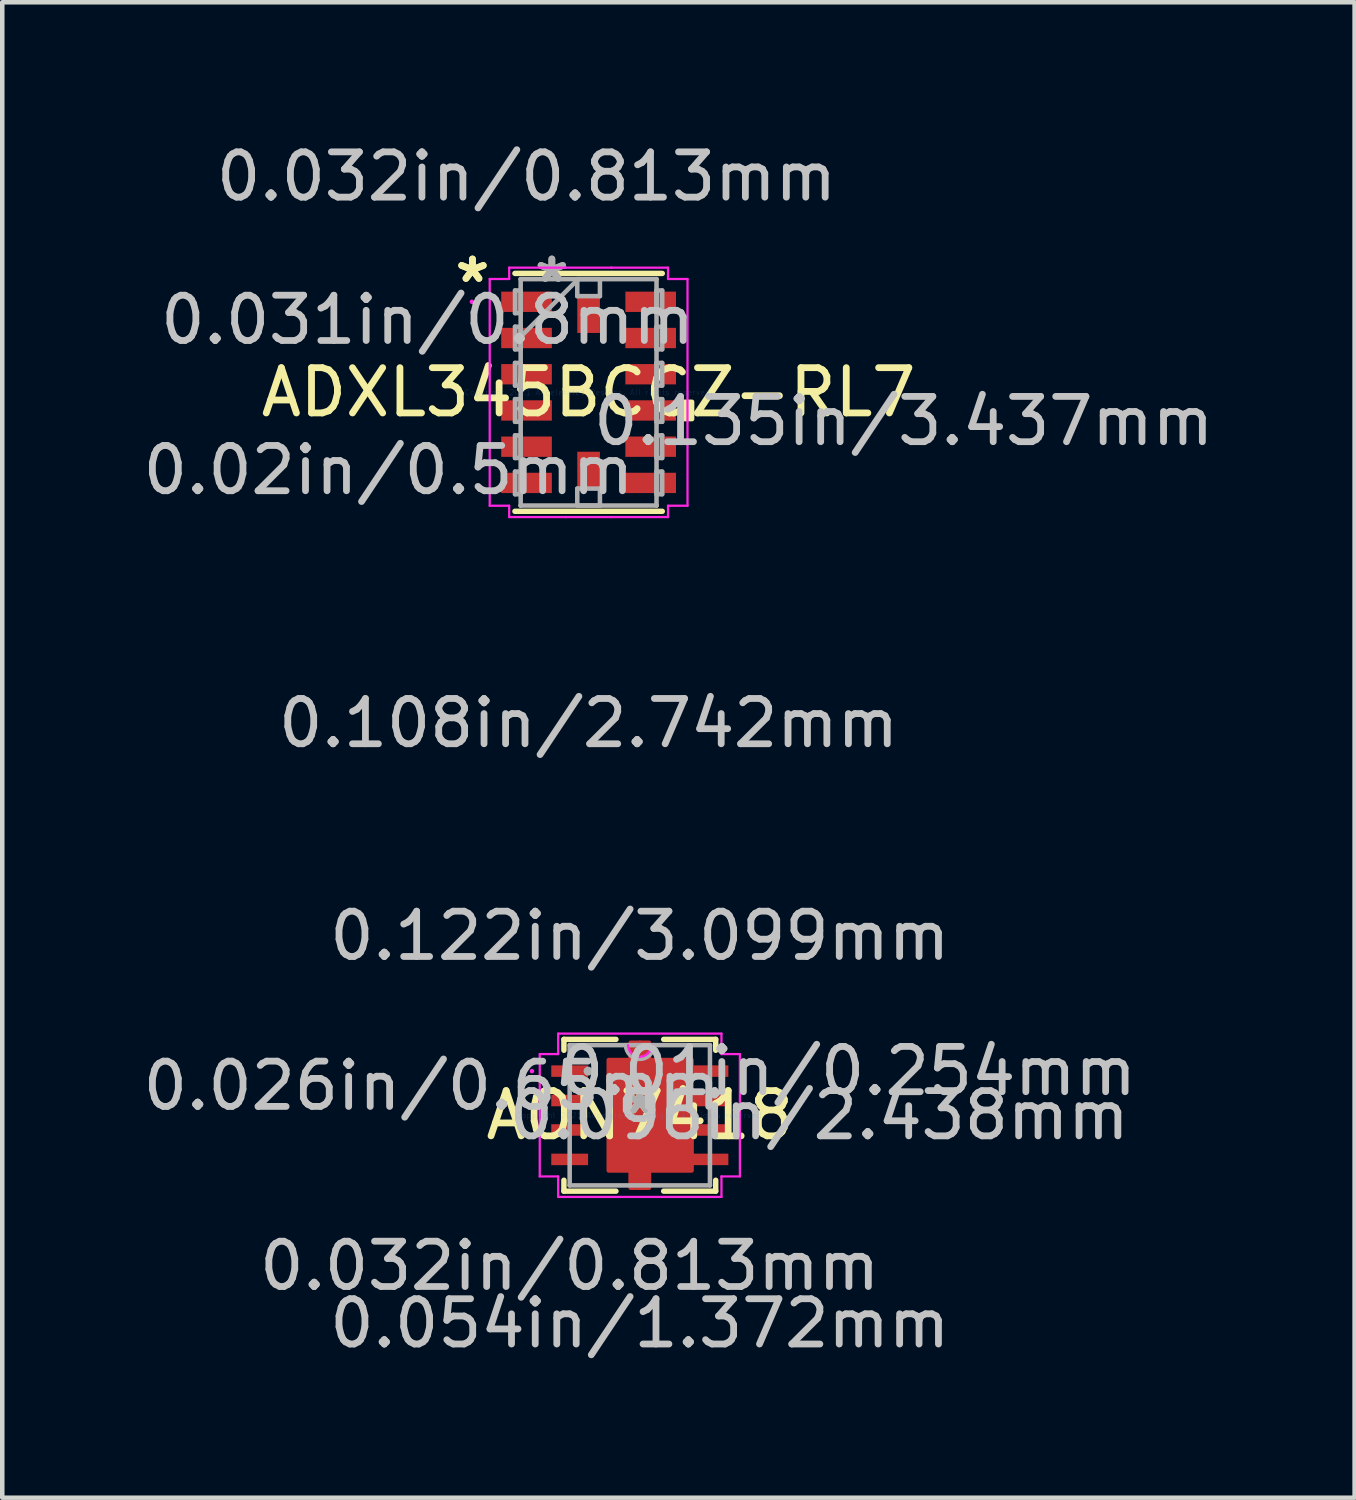
<source format=kicad_pcb>
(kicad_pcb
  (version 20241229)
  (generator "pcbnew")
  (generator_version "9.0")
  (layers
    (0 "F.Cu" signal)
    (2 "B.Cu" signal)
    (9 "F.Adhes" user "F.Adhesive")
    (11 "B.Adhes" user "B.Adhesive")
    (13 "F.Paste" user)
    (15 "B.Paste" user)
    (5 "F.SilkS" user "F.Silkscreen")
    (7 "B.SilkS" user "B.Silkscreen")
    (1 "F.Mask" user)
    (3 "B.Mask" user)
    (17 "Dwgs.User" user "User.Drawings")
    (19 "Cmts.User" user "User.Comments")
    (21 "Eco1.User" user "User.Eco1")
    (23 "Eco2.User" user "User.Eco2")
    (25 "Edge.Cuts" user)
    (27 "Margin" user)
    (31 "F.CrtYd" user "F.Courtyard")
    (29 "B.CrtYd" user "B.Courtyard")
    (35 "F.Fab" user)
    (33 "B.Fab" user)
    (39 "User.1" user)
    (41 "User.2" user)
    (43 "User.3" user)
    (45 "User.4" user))
  (footprint "AON7418"
    (layer "F.Cu")
    (at 11.08 21.58)
    (property "Reference" "AON7418" (at 0 0 0) (layer "F.SilkS") (effects (font (size 1 1) (thickness 0.15))))
    (attr through_hole)
    (fp_poly (pts (xy -0.686 -1.219) (xy 1.143 -1.219) (xy 1.143 1.219) (xy -0.686 1.219)) (stroke (width 0.1) (type solid)) (fill yes) (layer "F.Cu"))
    (fp_poly (pts (xy -0.203 -1.219) (xy -0.203 -1.6) (xy 0 -1.6) (xy 0 -1.219)) (stroke (width 0.1) (type solid)) (fill yes) (layer "F.Cu"))
    (fp_poly (pts (xy -0.203 1.219) (xy -0.203 1.6) (xy 0 1.6) (xy 0 1.219)) (stroke (width 0.1) (type solid)) (fill yes) (layer "F.Cu"))
    (fp_poly (pts (xy 0.203 -1.219) (xy 0.203 -1.6) (xy 0 -1.6) (xy 0 -1.219)) (stroke (width 0.1) (type solid)) (fill yes) (layer "F.Cu"))
    (fp_poly (pts (xy 0.203 1.219) (xy 0.203 1.6) (xy 0 1.6) (xy 0 1.219)) (stroke (width 0.1) (type solid)) (fill yes) (layer "F.Cu"))
    (fp_poly (pts (xy -0.686 -1.219) (xy 1.143 -1.219) (xy 1.143 1.219) (xy -0.686 1.219)) (stroke (width 0.1) (type solid)) (fill yes) (layer "F.Mask"))
    (fp_poly (pts (xy -0.203 -1.219) (xy -0.203 -1.6) (xy 0 -1.6) (xy 0 -1.219)) (stroke (width 0.1) (type solid)) (fill yes) (layer "F.Mask"))
    (fp_poly (pts (xy -0.203 1.219) (xy -0.203 1.6) (xy 0 1.6) (xy 0 1.219)) (stroke (width 0.1) (type solid)) (fill yes) (layer "F.Mask"))
    (fp_poly (pts (xy 0.203 -1.219) (xy 0.203 -1.6) (xy 0 -1.6) (xy 0 -1.219)) (stroke (width 0.1) (type solid)) (fill yes) (layer "F.Mask"))
    (fp_poly (pts (xy 0.203 1.219) (xy 0.203 1.6) (xy 0 1.6) (xy 0 1.219)) (stroke (width 0.1) (type solid)) (fill yes) (layer "F.Mask"))
    (fp_line (start -1.676 -1.676) (end -1.676 -1.435) (stroke (width 0.12) (type solid)) (layer "F.SilkS"))
    (fp_line (start -1.676 1.435) (end -1.676 1.676) (stroke (width 0.12) (type solid)) (layer "F.SilkS"))
    (fp_line (start -1.676 1.676) (end -0.527 1.676) (stroke (width 0.12) (type solid)) (layer "F.SilkS"))
    (fp_line (start -0.527 -1.676) (end -1.676 -1.676) (stroke (width 0.12) (type solid)) (layer "F.SilkS"))
    (fp_line (start 0.527 1.676) (end 1.676 1.676) (stroke (width 0.12) (type solid)) (layer "F.SilkS"))
    (fp_line (start 1.676 -1.676) (end 0.527 -1.676) (stroke (width 0.12) (type solid)) (layer "F.SilkS"))
    (fp_line (start 1.676 -1.435) (end 1.676 -1.676) (stroke (width 0.12) (type solid)) (layer "F.SilkS"))
    (fp_line (start 1.676 1.676) (end 1.676 1.435) (stroke (width 0.12) (type solid)) (layer "F.SilkS"))
    (fp_poly (pts (xy -0.686 -1.219) (xy 1.143 -1.219) (xy 1.143 1.219) (xy -0.686 1.219)) (stroke (width 0.1) (type solid)) (fill yes) (layer "F.Paste"))
    (fp_poly (pts (xy -0.203 -1.219) (xy -0.203 -1.6) (xy 0 -1.6) (xy 0 -1.219)) (stroke (width 0.1) (type solid)) (fill yes) (layer "F.Paste"))
    (fp_poly (pts (xy -0.203 1.219) (xy -0.203 1.6) (xy 0 1.6) (xy 0 1.219)) (stroke (width 0.1) (type solid)) (fill yes) (layer "F.Paste"))
    (fp_poly (pts (xy 0.203 -1.219) (xy 0.203 -1.6) (xy 0 -1.6) (xy 0 -1.219)) (stroke (width 0.1) (type solid)) (fill yes) (layer "F.Paste"))
    (fp_poly (pts (xy 0.203 1.219) (xy 0.203 1.6) (xy 0 1.6) (xy 0 1.219)) (stroke (width 0.1) (type solid)) (fill yes) (layer "F.Paste"))
    (fp_line (start -2.21 -1.351) (end -1.803 -1.351) (stroke (width 0.05) (type solid)) (layer "F.CrtYd"))
    (fp_line (start -2.21 1.351) (end -2.21 -1.351) (stroke (width 0.05) (type solid)) (layer "F.CrtYd"))
    (fp_line (start -1.803 -1.803) (end 1.803 -1.803) (stroke (width 0.05) (type solid)) (layer "F.CrtYd"))
    (fp_line (start -1.803 -1.351) (end -1.803 -1.803) (stroke (width 0.05) (type solid)) (layer "F.CrtYd"))
    (fp_line (start -1.803 1.351) (end -2.21 1.351) (stroke (width 0.05) (type solid)) (layer "F.CrtYd"))
    (fp_line (start -1.803 1.803) (end -1.803 1.351) (stroke (width 0.05) (type solid)) (layer "F.CrtYd"))
    (fp_line (start 1.803 -1.803) (end 1.803 -1.351) (stroke (width 0.05) (type solid)) (layer "F.CrtYd"))
    (fp_line (start 1.803 -1.351) (end 2.21 -1.351) (stroke (width 0.05) (type solid)) (layer "F.CrtYd"))
    (fp_line (start 1.803 1.351) (end 1.803 1.803) (stroke (width 0.05) (type solid)) (layer "F.CrtYd"))
    (fp_line (start 1.803 1.803) (end -1.803 1.803) (stroke (width 0.05) (type solid)) (layer "F.CrtYd"))
    (fp_line (start 2.21 -1.351) (end 2.21 1.351) (stroke (width 0.05) (type solid)) (layer "F.CrtYd"))
    (fp_line (start 2.21 1.351) (end 1.803 1.351) (stroke (width 0.05) (type solid)) (layer "F.CrtYd"))
    (fp_arc (start 0.258233 -1.5494) (mid 0 -1.291167) (end -0.258233 -1.5494) (stroke (width 0.05) (type solid)) (layer "F.CrtYd"))
    (fp_circle (center -2.382 -0.975) (end -2.382 -0.975) (stroke (width 0.05) (type solid)) (fill no) (layer "F.CrtYd"))
    (fp_line (start -1.549 -1.549) (end -1.549 1.549) (stroke (width 0.1) (type solid)) (layer "F.Fab"))
    (fp_line (start -1.549 1.549) (end 1.549 1.549) (stroke (width 0.1) (type solid)) (layer "F.Fab"))
    (fp_line (start 1.549 -1.549) (end -1.549 -1.549) (stroke (width 0.1) (type solid)) (layer "F.Fab"))
    (fp_line (start 1.549 1.549) (end 1.549 -1.549) (stroke (width 0.1) (type solid)) (layer "F.Fab"))
    (fp_arc (start 0.3048 -1.5494) (mid 0 -1.2446) (end -0.3048 -1.5494) (stroke (width 0.1) (type solid)) (layer "F.Fab"))
    (fp_circle (center -1.143 -0.975) (end -1.143 -0.975) (stroke (width 0.1) (type solid)) (fill no) (layer "F.Fab"))
    (fp_text user "*" (at 0 0 0) (layer "F.SilkS") (effects (font (size 1 1) (thickness 0.15))))
    (fp_text user "0.096in/2.438mm" (at 3.962 0 0) (layer "Dwgs.User") (effects (font (size 1 1) (thickness 0.15))))
    (fp_text user "0.054in/1.372mm" (at 0 4.597 0) (layer "Dwgs.User") (effects (font (size 1 1) (thickness 0.15))))
    (fp_text user "0.032in/0.813mm" (at -1.549 3.327 0) (layer "Dwgs.User") (effects (font (size 1 1) (thickness 0.15))))
    (fp_text user "0.01in/0.254mm" (at 4.597 -0.975 0) (layer "Dwgs.User") (effects (font (size 1 1) (thickness 0.15))))
    (fp_text user "0.026in/0.65mm" (at -4.597 -0.65 0) (layer "Dwgs.User") (effects (font (size 1 1) (thickness 0.15))))
    (fp_text user "0.122in/3.099mm" (at 0 -3.962 0) (layer "Dwgs.User") (effects (font (size 1 1) (thickness 0.15))))
    (fp_text user "Copyright 2021 Accelerated Designs. All rights reserved." (at 0 0 0) (layer "Cmts.User") (effects (font (size 0.127 0.127) (thickness 0.002))))
    (fp_text user "*" (at 0 0 0) (layer "F.Fab") (effects (font (size 1 1) (thickness 0.15))))
    (pad "1" smd rect (at -1.549 -0.975) (size 0.813 0.254) (layers "F.Cu" "F.Mask" "F.Paste"))
    (pad "2" smd rect (at -1.549 -0.325) (size 0.813 0.254) (layers "F.Cu" "F.Mask" "F.Paste"))
    (pad "3" smd rect (at -1.549 0.325) (size 0.813 0.254) (layers "F.Cu" "F.Mask" "F.Paste"))
    (pad "4" smd rect (at -1.549 0.975) (size 0.813 0.254) (layers "F.Cu" "F.Mask" "F.Paste"))
    (pad "5" smd rect (at 1.549 0.975) (size 0.813 0.254) (layers "F.Cu" "F.Mask" "F.Paste"))
    (pad "6" smd rect (at 1.549 0.325) (size 0.813 0.254) (layers "F.Cu" "F.Mask" "F.Paste"))
    (pad "7" smd rect (at 1.549 -0.325) (size 0.813 0.254) (layers "F.Cu" "F.Mask" "F.Paste"))
    (pad "8" smd rect (at 1.549 -0.975) (size 0.813 0.254) (layers "F.Cu" "F.Mask" "F.Paste"))
    (pad "9" smd rect (at 0 0) (size 0.025 0.025) (layers "F.Cu" "F.Mask" "F.Paste")))
  (footprint "ADXL345BCCZ-RL7"
    (layer "F.Cu")
    (at 9.949 5.615)
    (property "Reference" "ADXL345BCCZ-RL7" (at 0 0 0) (layer "F.SilkS") (effects (font (size 1 1) (thickness 0.15))))
    (attr through_hole)
    (fp_line (start -1.627 2.627) (end 1.627 2.627) (stroke (width 0.12) (type solid)) (layer "F.SilkS"))
    (fp_line (start 1.627 -2.627) (end -1.627 -2.627) (stroke (width 0.12) (type solid)) (layer "F.SilkS"))
    (fp_poly (pts (xy 2.285 0.209) (xy 2.285 0.59) (xy 2.031 0.59) (xy 2.031 0.209)) (stroke (width 0.1) (type solid)) (fill yes) (layer "F.SilkS"))
    (fp_line (start -2.184 -2.504) (end -1.754 -2.504) (stroke (width 0.05) (type solid)) (layer "F.CrtYd"))
    (fp_line (start -2.184 2.504) (end -2.184 -2.504) (stroke (width 0.05) (type solid)) (layer "F.CrtYd"))
    (fp_line (start -1.754 -2.754) (end -0.504 -2.754) (stroke (width 0.05) (type solid)) (layer "F.CrtYd"))
    (fp_line (start -1.754 -2.504) (end -1.754 -2.754) (stroke (width 0.05) (type solid)) (layer "F.CrtYd"))
    (fp_line (start -1.754 2.504) (end -2.184 2.504) (stroke (width 0.05) (type solid)) (layer "F.CrtYd"))
    (fp_line (start -1.754 2.754) (end -1.754 2.504) (stroke (width 0.05) (type solid)) (layer "F.CrtYd"))
    (fp_line (start -0.504 -2.754) (end -0.504 -2.754) (stroke (width 0.05) (type solid)) (layer "F.CrtYd"))
    (fp_line (start -0.504 -2.754) (end 0.504 -2.754) (stroke (width 0.05) (type solid)) (layer "F.CrtYd"))
    (fp_line (start -0.504 2.754) (end -1.754 2.754) (stroke (width 0.05) (type solid)) (layer "F.CrtYd"))
    (fp_line (start -0.504 2.754) (end -0.504 2.754) (stroke (width 0.05) (type solid)) (layer "F.CrtYd"))
    (fp_line (start 0.504 -2.754) (end 0.504 -2.754) (stroke (width 0.05) (type solid)) (layer "F.CrtYd"))
    (fp_line (start 0.504 -2.754) (end 1.754 -2.754) (stroke (width 0.05) (type solid)) (layer "F.CrtYd"))
    (fp_line (start 0.504 2.754) (end -0.504 2.754) (stroke (width 0.05) (type solid)) (layer "F.CrtYd"))
    (fp_line (start 0.504 2.754) (end 0.504 2.754) (stroke (width 0.05) (type solid)) (layer "F.CrtYd"))
    (fp_line (start 1.754 -2.754) (end 1.754 -2.504) (stroke (width 0.05) (type solid)) (layer "F.CrtYd"))
    (fp_line (start 1.754 -2.504) (end 2.184 -2.504) (stroke (width 0.05) (type solid)) (layer "F.CrtYd"))
    (fp_line (start 1.754 2.504) (end 1.754 2.754) (stroke (width 0.05) (type solid)) (layer "F.CrtYd"))
    (fp_line (start 1.754 2.754) (end 0.504 2.754) (stroke (width 0.05) (type solid)) (layer "F.CrtYd"))
    (fp_line (start 2.184 -2.504) (end 2.184 2.504) (stroke (width 0.05) (type solid)) (layer "F.CrtYd"))
    (fp_line (start 2.184 2.504) (end 1.754 2.504) (stroke (width 0.05) (type solid)) (layer "F.CrtYd"))
    (fp_circle (center -2.577 -2) (end -2.577 -2) (stroke (width 0.05) (type solid)) (fill no) (layer "F.CrtYd"))
    (fp_line (start -1.625 -2.25) (end -1.625 -1.75) (stroke (width 0.1) (type solid)) (layer "F.Fab"))
    (fp_line (start -1.625 -1.75) (end -1.5 -1.75) (stroke (width 0.1) (type solid)) (layer "F.Fab"))
    (fp_line (start -1.625 -1.45) (end -1.625 -0.95) (stroke (width 0.1) (type solid)) (layer "F.Fab"))
    (fp_line (start -1.625 -0.95) (end -1.5 -0.95) (stroke (width 0.1) (type solid)) (layer "F.Fab"))
    (fp_line (start -1.625 -0.65) (end -1.625 -0.15) (stroke (width 0.1) (type solid)) (layer "F.Fab"))
    (fp_line (start -1.625 -0.15) (end -1.5 -0.15) (stroke (width 0.1) (type solid)) (layer "F.Fab"))
    (fp_line (start -1.625 0.15) (end -1.625 0.65) (stroke (width 0.1) (type solid)) (layer "F.Fab"))
    (fp_line (start -1.625 0.65) (end -1.5 0.65) (stroke (width 0.1) (type solid)) (layer "F.Fab"))
    (fp_line (start -1.625 0.95) (end -1.625 1.45) (stroke (width 0.1) (type solid)) (layer "F.Fab"))
    (fp_line (start -1.625 1.45) (end -1.5 1.45) (stroke (width 0.1) (type solid)) (layer "F.Fab"))
    (fp_line (start -1.625 1.75) (end -1.625 2.25) (stroke (width 0.1) (type solid)) (layer "F.Fab"))
    (fp_line (start -1.625 2.25) (end -1.5 2.25) (stroke (width 0.1) (type solid)) (layer "F.Fab"))
    (fp_line (start -1.5 -2.5) (end -1.5 -2.5) (stroke (width 0.1) (type solid)) (layer "F.Fab"))
    (fp_line (start -1.5 -2.5) (end -1.5 2.5) (stroke (width 0.1) (type solid)) (layer "F.Fab"))
    (fp_line (start -1.5 -2.25) (end -1.625 -2.25) (stroke (width 0.1) (type solid)) (layer "F.Fab"))
    (fp_line (start -1.5 -1.75) (end -1.5 -2.25) (stroke (width 0.1) (type solid)) (layer "F.Fab"))
    (fp_line (start -1.5 -1.45) (end -1.625 -1.45) (stroke (width 0.1) (type solid)) (layer "F.Fab"))
    (fp_line (start -1.5 -1.23) (end -0.23 -2.5) (stroke (width 0.1) (type solid)) (layer "F.Fab"))
    (fp_line (start -1.5 -0.95) (end -1.5 -1.45) (stroke (width 0.1) (type solid)) (layer "F.Fab"))
    (fp_line (start -1.5 -0.65) (end -1.625 -0.65) (stroke (width 0.1) (type solid)) (layer "F.Fab"))
    (fp_line (start -1.5 -0.15) (end -1.5 -0.65) (stroke (width 0.1) (type solid)) (layer "F.Fab"))
    (fp_line (start -1.5 0.15) (end -1.625 0.15) (stroke (width 0.1) (type solid)) (layer "F.Fab"))
    (fp_line (start -1.5 0.65) (end -1.5 0.15) (stroke (width 0.1) (type solid)) (layer "F.Fab"))
    (fp_line (start -1.5 0.95) (end -1.625 0.95) (stroke (width 0.1) (type solid)) (layer "F.Fab"))
    (fp_line (start -1.5 1.45) (end -1.5 0.95) (stroke (width 0.1) (type solid)) (layer "F.Fab"))
    (fp_line (start -1.5 1.75) (end -1.625 1.75) (stroke (width 0.1) (type solid)) (layer "F.Fab"))
    (fp_line (start -1.5 2.25) (end -1.5 1.75) (stroke (width 0.1) (type solid)) (layer "F.Fab"))
    (fp_line (start -1.5 2.5) (end -1.5 2.5) (stroke (width 0.1) (type solid)) (layer "F.Fab"))
    (fp_line (start -1.5 2.5) (end 1.5 2.5) (stroke (width 0.1) (type solid)) (layer "F.Fab"))
    (fp_line (start -0.25 -2.5) (end 0.25 -2.5) (stroke (width 0.1) (type solid)) (layer "F.Fab"))
    (fp_line (start -0.25 -2.125) (end -0.25 -2.5) (stroke (width 0.1) (type solid)) (layer "F.Fab"))
    (fp_line (start -0.25 2.125) (end 0.25 2.125) (stroke (width 0.1) (type solid)) (layer "F.Fab"))
    (fp_line (start -0.25 2.5) (end -0.25 2.125) (stroke (width 0.1) (type solid)) (layer "F.Fab"))
    (fp_line (start 0.25 -2.5) (end 0.25 -2.125) (stroke (width 0.1) (type solid)) (layer "F.Fab"))
    (fp_line (start 0.25 -2.125) (end -0.25 -2.125) (stroke (width 0.1) (type solid)) (layer "F.Fab"))
    (fp_line (start 0.25 2.125) (end 0.25 2.5) (stroke (width 0.1) (type solid)) (layer "F.Fab"))
    (fp_line (start 0.25 2.5) (end -0.25 2.5) (stroke (width 0.1) (type solid)) (layer "F.Fab"))
    (fp_line (start 1.5 -2.5) (end -1.5 -2.5) (stroke (width 0.1) (type solid)) (layer "F.Fab"))
    (fp_line (start 1.5 -2.5) (end 1.5 -2.5) (stroke (width 0.1) (type solid)) (layer "F.Fab"))
    (fp_line (start 1.5 -2.25) (end 1.5 -1.75) (stroke (width 0.1) (type solid)) (layer "F.Fab"))
    (fp_line (start 1.5 -1.75) (end 1.625 -1.75) (stroke (width 0.1) (type solid)) (layer "F.Fab"))
    (fp_line (start 1.5 -1.45) (end 1.5 -0.95) (stroke (width 0.1) (type solid)) (layer "F.Fab"))
    (fp_line (start 1.5 -0.95) (end 1.625 -0.95) (stroke (width 0.1) (type solid)) (layer "F.Fab"))
    (fp_line (start 1.5 -0.65) (end 1.5 -0.15) (stroke (width 0.1) (type solid)) (layer "F.Fab"))
    (fp_line (start 1.5 -0.15) (end 1.625 -0.15) (stroke (width 0.1) (type solid)) (layer "F.Fab"))
    (fp_line (start 1.5 0.15) (end 1.5 0.65) (stroke (width 0.1) (type solid)) (layer "F.Fab"))
    (fp_line (start 1.5 0.65) (end 1.625 0.65) (stroke (width 0.1) (type solid)) (layer "F.Fab"))
    (fp_line (start 1.5 0.95) (end 1.5 1.45) (stroke (width 0.1) (type solid)) (layer "F.Fab"))
    (fp_line (start 1.5 1.45) (end 1.625 1.45) (stroke (width 0.1) (type solid)) (layer "F.Fab"))
    (fp_line (start 1.5 1.75) (end 1.5 2.25) (stroke (width 0.1) (type solid)) (layer "F.Fab"))
    (fp_line (start 1.5 2.25) (end 1.625 2.25) (stroke (width 0.1) (type solid)) (layer "F.Fab"))
    (fp_line (start 1.5 2.5) (end 1.5 -2.5) (stroke (width 0.1) (type solid)) (layer "F.Fab"))
    (fp_line (start 1.5 2.5) (end 1.5 2.5) (stroke (width 0.1) (type solid)) (layer "F.Fab"))
    (fp_line (start 1.625 -2.25) (end 1.5 -2.25) (stroke (width 0.1) (type solid)) (layer "F.Fab"))
    (fp_line (start 1.625 -1.75) (end 1.625 -2.25) (stroke (width 0.1) (type solid)) (layer "F.Fab"))
    (fp_line (start 1.625 -1.45) (end 1.5 -1.45) (stroke (width 0.1) (type solid)) (layer "F.Fab"))
    (fp_line (start 1.625 -0.95) (end 1.625 -1.45) (stroke (width 0.1) (type solid)) (layer "F.Fab"))
    (fp_line (start 1.625 -0.65) (end 1.5 -0.65) (stroke (width 0.1) (type solid)) (layer "F.Fab"))
    (fp_line (start 1.625 -0.15) (end 1.625 -0.65) (stroke (width 0.1) (type solid)) (layer "F.Fab"))
    (fp_line (start 1.625 0.15) (end 1.5 0.15) (stroke (width 0.1) (type solid)) (layer "F.Fab"))
    (fp_line (start 1.625 0.65) (end 1.625 0.15) (stroke (width 0.1) (type solid)) (layer "F.Fab"))
    (fp_line (start 1.625 0.95) (end 1.5 0.95) (stroke (width 0.1) (type solid)) (layer "F.Fab"))
    (fp_line (start 1.625 1.45) (end 1.625 0.95) (stroke (width 0.1) (type solid)) (layer "F.Fab"))
    (fp_line (start 1.625 1.75) (end 1.5 1.75) (stroke (width 0.1) (type solid)) (layer "F.Fab"))
    (fp_line (start 1.625 2.25) (end 1.625 1.75) (stroke (width 0.1) (type solid)) (layer "F.Fab"))
    (fp_text user "*" (at -2.565 -2.4 0) (layer "F.SilkS") (effects (font (size 1 1) (thickness 0.15))))
    (fp_text user "*" (at -2.565 -2.4 0) (layer "F.SilkS") (effects (font (size 1 1) (thickness 0.15))))
    (fp_text user "0.031in/0.8mm" (at -3.555 -1.6 0) (layer "Dwgs.User") (effects (font (size 1 1) (thickness 0.15))))
    (fp_text user "0.032in/0.813mm" (at -1.371 -4.766 0) (layer "Dwgs.User") (effects (font (size 1 1) (thickness 0.15))))
    (fp_text user "0.02in/0.5mm" (at -4.419 1.718 0) (layer "Dwgs.User") (effects (font (size 1 1) (thickness 0.15))))
    (fp_text user "0.135in/3.437mm" (at 6.959 0.635 0) (layer "Dwgs.User") (effects (font (size 1 1) (thickness 0.15))))
    (fp_text user "0.108in/2.742mm" (at 0 7.306 0) (layer "Dwgs.User") (effects (font (size 1 1) (thickness 0.15))))
    (fp_text user "Copyright 2021 Accelerated Designs. All rights reserved." (at 0 0 0) (layer "Cmts.User") (effects (font (size 0.127 0.127) (thickness 0.002))))
    (fp_text user "*" (at -0.812 -2.4 0) (layer "F.Fab") (effects (font (size 1 1) (thickness 0.15))))
    (fp_text user "*" (at -0.812 -2.4 0) (layer "F.Fab") (effects (font (size 1 1) (thickness 0.15))))
    (pad "1" smd rect (at -1.371 -2 90) (size 0.449 1.118) (layers "F.Cu" "F.Mask" "F.Paste"))
    (pad "2" smd rect (at -1.371 -1.2 90) (size 0.449 1.118) (layers "F.Cu" "F.Mask" "F.Paste"))
    (pad "3" smd rect (at -1.371 -0.4 90) (size 0.449 1.118) (layers "F.Cu" "F.Mask" "F.Paste"))
    (pad "4" smd rect (at -1.371 0.4 90) (size 0.449 1.118) (layers "F.Cu" "F.Mask" "F.Paste"))
    (pad "5" smd rect (at -1.371 1.2 90) (size 0.449 1.118) (layers "F.Cu" "F.Mask" "F.Paste"))
    (pad "6" smd rect (at -1.371 2 90) (size 0.449 1.118) (layers "F.Cu" "F.Mask" "F.Paste"))
    (pad "7" smd rect (at 0 1.718) (size 0.5 0.813) (layers "F.Cu" "F.Mask" "F.Paste"))
    (pad "8" smd rect (at 1.371 2 90) (size 0.449 1.118) (layers "F.Cu" "F.Mask" "F.Paste"))
    (pad "9" smd rect (at 1.371 1.2 90) (size 0.449 1.118) (layers "F.Cu" "F.Mask" "F.Paste"))
    (pad "10" smd rect (at 1.371 0.4 90) (size 0.449 1.118) (layers "F.Cu" "F.Mask" "F.Paste"))
    (pad "11" smd rect (at 1.371 -0.4 90) (size 0.449 1.118) (layers "F.Cu" "F.Mask" "F.Paste"))
    (pad "12" smd rect (at 1.371 -1.2 90) (size 0.449 1.118) (layers "F.Cu" "F.Mask" "F.Paste"))
    (pad "13" smd rect (at 1.371 -2 90) (size 0.449 1.118) (layers "F.Cu" "F.Mask" "F.Paste"))
    (pad "14" smd rect (at 0 -1.718) (size 0.5 0.813) (layers "F.Cu" "F.Mask" "F.Paste")))
  (gr_rect
    (start -3 -3)
    (end 26.866 30.026)
    (stroke (width 0.1) (type default))
    (fill no)
    (layer "Edge.Cuts")))
</source>
